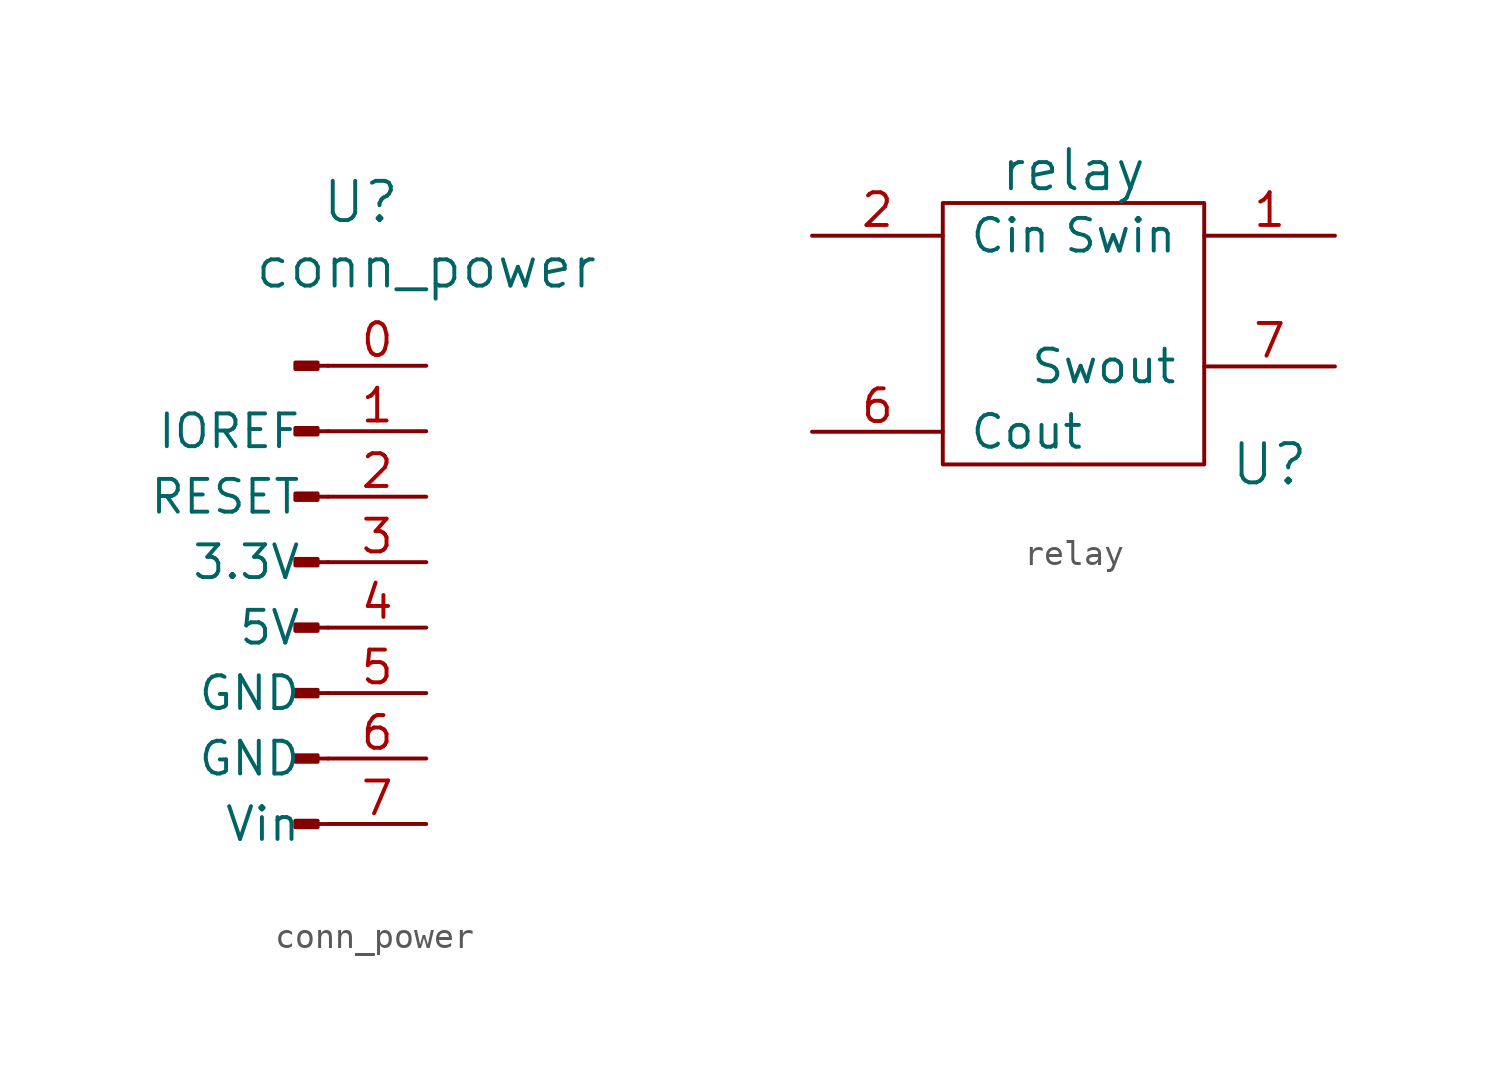
<source format=kicad_sym>
(kicad_symbol_lib
  (version 20211014)
  (generator kicad_symbol_editor)
  (symbol "conn_power"
    (pin_names
      (offset 1.016))
    (property "Reference" "U"
      (at 0 5.08 0)
      (effects (font (size 1.524 1.524))))
    (property "Value" "conn_power"
      (at 2.54 2.54 0)
      (effects (font (size 1.524 1.524))))
    (symbol "conn_power_1_1"
      (rectangle (start -1.676 -18.923) (end -2.54 -19.177) (stroke (width 0.152) (type default) (color 0 0 0 0)) (fill (type outline)))
      (rectangle (start -1.676 -16.383) (end -2.54 -16.637) (stroke (width 0.152) (type default) (color 0 0 0 0)) (fill (type outline)))
      (rectangle (start -1.676 -13.843) (end -2.54 -14.097) (stroke (width 0.152) (type default) (color 0 0 0 0)) (fill (type outline)))
      (rectangle (start -1.676 -11.303) (end -2.54 -11.557) (stroke (width 0.152) (type default) (color 0 0 0 0)) (fill (type outline)))
      (rectangle (start -1.676 -8.763) (end -2.54 -9.017) (stroke (width 0.152) (type default) (color 0 0 0 0)) (fill (type outline)))
      (rectangle (start -1.676 -6.223) (end -2.54 -6.477) (stroke (width 0.152) (type default) (color 0 0 0 0)) (fill (type outline)))
      (rectangle (start -1.676 -3.683) (end -2.54 -3.937) (stroke (width 0.152) (type default) (color 0 0 0 0)) (fill (type outline)))
      (rectangle (start -1.676 -1.143) (end -2.54 -1.397) (stroke (width 0.152) (type default) (color 0 0 0 0)) (fill (type outline)))
      (polyline (pts (xy -1.27 -19.05) (xy -1.676 -19.05)) (stroke (width 0.152) (type default) (color 0 0 0 0)) (fill (type none)))
      (polyline (pts (xy -1.27 -16.51) (xy -1.676 -16.51)) (stroke (width 0.152) (type default) (color 0 0 0 0)) (fill (type none)))
      (polyline (pts (xy -1.27 -13.97) (xy -1.676 -13.97)) (stroke (width 0.152) (type default) (color 0 0 0 0)) (fill (type none)))
      (polyline (pts (xy -1.27 -11.43) (xy -1.676 -11.43)) (stroke (width 0.152) (type default) (color 0 0 0 0)) (fill (type none)))
      (polyline (pts (xy -1.27 -8.89) (xy -1.676 -8.89)) (stroke (width 0.152) (type default) (color 0 0 0 0)) (fill (type none)))
      (polyline (pts (xy -1.27 -6.35) (xy -1.676 -6.35)) (stroke (width 0.152) (type default) (color 0 0 0 0)) (fill (type none)))
      (polyline (pts (xy -1.27 -3.81) (xy -1.676 -3.81)) (stroke (width 0.152) (type default) (color 0 0 0 0)) (fill (type none)))
      (polyline (pts (xy -1.27 -1.27) (xy -1.676 -1.27)) (stroke (width 0.152) (type default) (color 0 0 0 0)) (fill (type none)))
      (pin passive line (at 2.54 -1.27 180) (length 3.81) (name "~" (effects (font (size 1.27 1.27)))) (number "0" (effects (font (size 1.27 1.27)))))
      (pin passive line (at 2.54 -3.81 180) (length 3.81) (name "IOREF" (effects (font (size 1.27 1.27)))) (number "1" (effects (font (size 1.27 1.27)))))
      (pin passive line (at 2.54 -6.35 180) (length 3.81) (name "RESET" (effects (font (size 1.27 1.27)))) (number "2" (effects (font (size 1.27 1.27)))))
      (pin passive line (at 2.54 -8.89 180) (length 3.81) (name "3.3V" (effects (font (size 1.27 1.27)))) (number "3" (effects (font (size 1.27 1.27)))))
      (pin passive line (at 2.54 -11.43 180) (length 3.81) (name "5V" (effects (font (size 1.27 1.27)))) (number "4" (effects (font (size 1.27 1.27)))))
      (pin passive line (at 2.54 -13.97 180) (length 3.81) (name "GND" (effects (font (size 1.27 1.27)))) (number "5" (effects (font (size 1.27 1.27)))))
      (pin passive line (at 2.54 -16.51 180) (length 3.81) (name "GND" (effects (font (size 1.27 1.27)))) (number "6" (effects (font (size 1.27 1.27)))))
      (pin passive line (at 2.54 -19.05 180) (length 3.81) (name "Vin" (effects (font (size 1.27 1.27)))) (number "7" (effects (font (size 1.27 1.27)))))))
  (symbol "relay"
    (pin_names
      (offset 1.016))
    (property "Reference" "U"
      (at 7.62 -6.35 0)
      (effects (font (size 1.524 1.524))))
    (property "Value" "relay"
      (at 0 5.08 0)
      (effects (font (size 1.524 1.524))))
    (symbol "relay_0_1"
      (rectangle (start -5.08 3.81) (end 5.08 -6.35) (stroke (width 0) (type default) (color 0 0 0 0)) (fill (type none))))
    (symbol "relay_1_1"
      (pin input line (at 10.16 2.54 180) (length 5.08) (name "Swin" (effects (font (size 1.27 1.27)))) (number "1" (effects (font (size 1.27 1.27)))))
      (pin input line (at -10.16 2.54 0) (length 5.08) (name "Cin" (effects (font (size 1.27 1.27)))) (number "2" (effects (font (size 1.27 1.27)))))
      (pin output line (at -10.16 -5.08 0) (length 5.08) (name "Cout" (effects (font (size 1.27 1.27)))) (number "6" (effects (font (size 1.27 1.27)))))
      (pin output line (at 10.16 -2.54 180) (length 5.08) (name "Swout" (effects (font (size 1.27 1.27)))) (number "7" (effects (font (size 1.27 1.27))))))))
</source>
